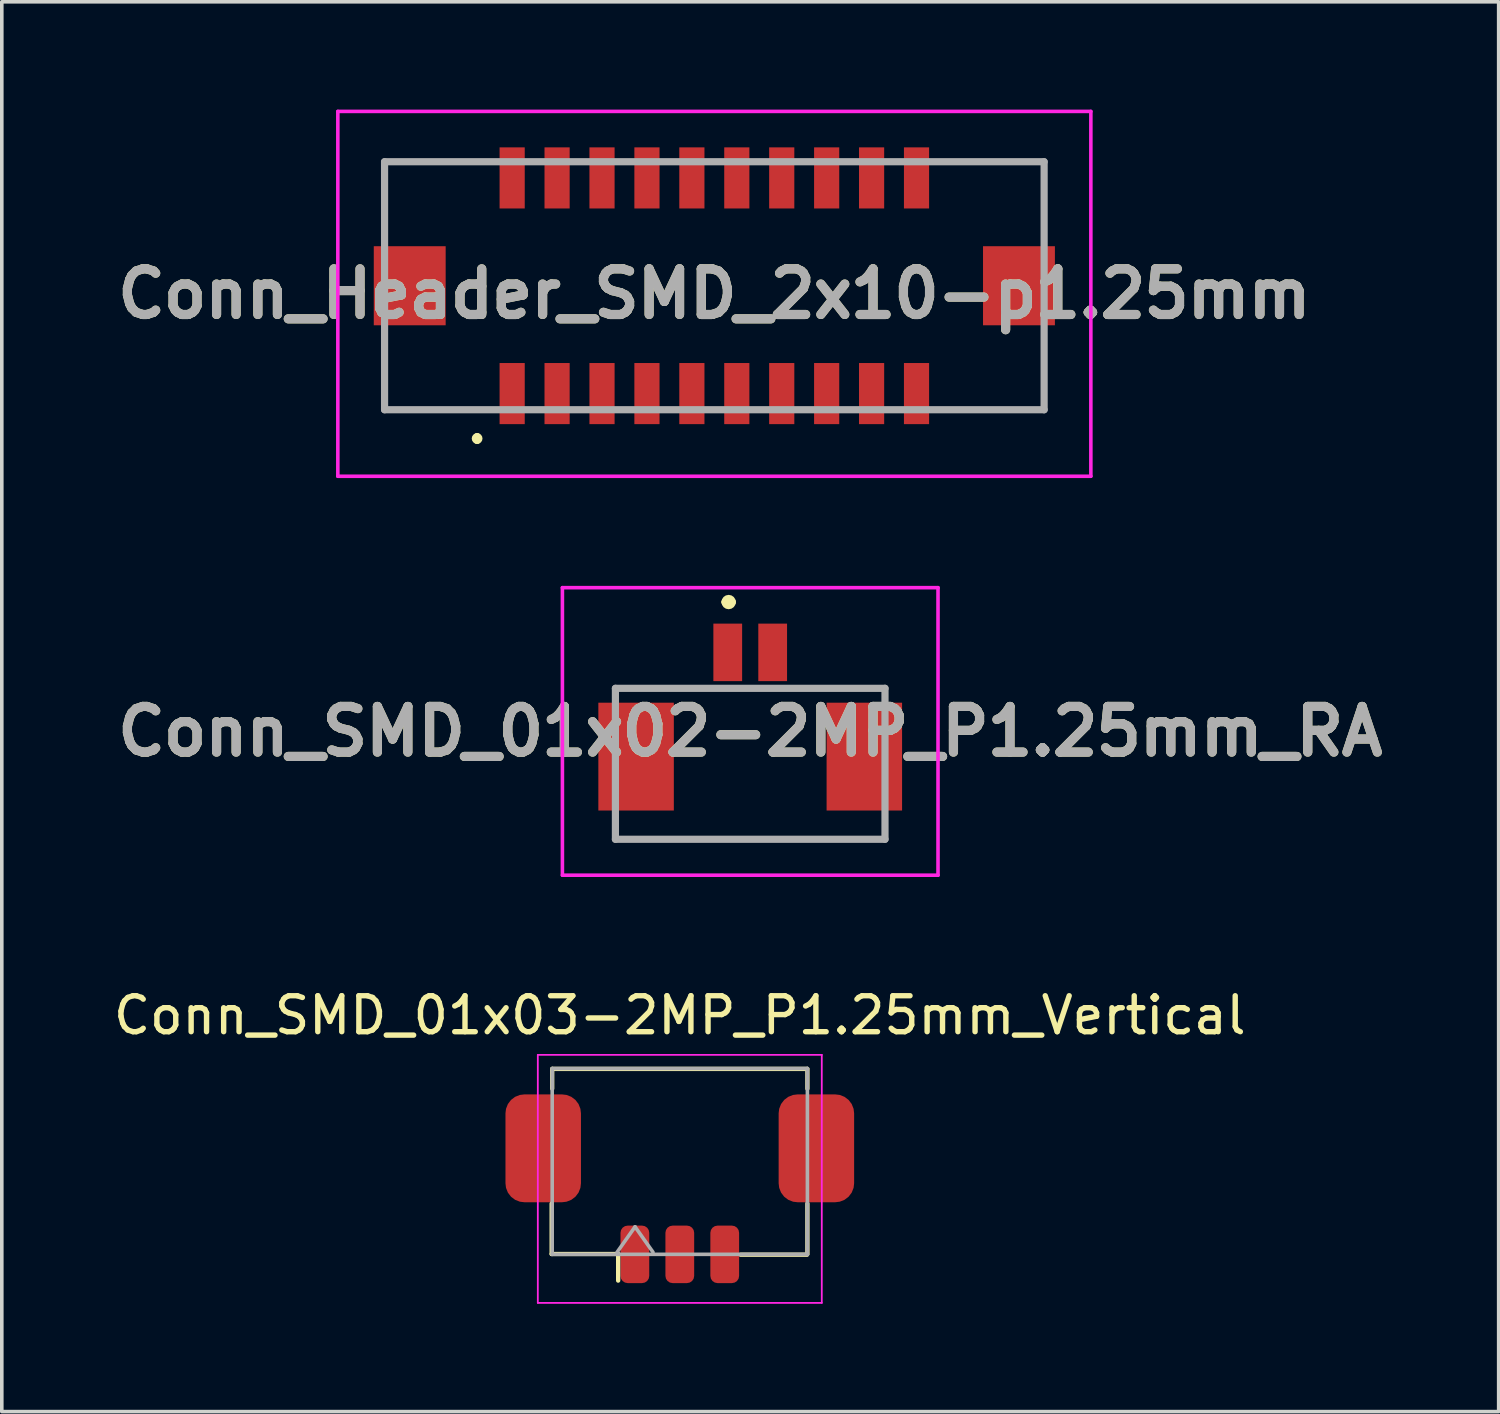
<source format=kicad_pcb>
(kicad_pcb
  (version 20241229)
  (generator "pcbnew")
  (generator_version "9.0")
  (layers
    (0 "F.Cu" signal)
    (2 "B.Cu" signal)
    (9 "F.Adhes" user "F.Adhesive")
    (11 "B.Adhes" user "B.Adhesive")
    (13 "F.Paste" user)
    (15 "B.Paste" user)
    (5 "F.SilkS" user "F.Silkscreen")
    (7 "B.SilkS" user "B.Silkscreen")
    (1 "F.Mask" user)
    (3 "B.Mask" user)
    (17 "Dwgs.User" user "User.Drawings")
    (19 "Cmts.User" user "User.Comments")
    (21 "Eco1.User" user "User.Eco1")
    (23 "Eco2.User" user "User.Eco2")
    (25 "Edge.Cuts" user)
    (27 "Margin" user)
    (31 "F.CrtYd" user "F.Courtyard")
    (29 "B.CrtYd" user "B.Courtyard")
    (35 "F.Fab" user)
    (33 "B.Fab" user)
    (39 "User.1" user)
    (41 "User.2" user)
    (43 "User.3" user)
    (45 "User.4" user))
  (footprint "Conn_Header_SMD_2x10-p1.25mm"
    (layer "F.Cu")
    (at 16.824 4.9)
    (property "Reference" "Conn_Header_SMD_2x10-p1.25mm" (at 0 0.225 0) (layer "F.SilkS") (effects (font (size 1.27 1.27) (thickness 0.254))))
    (attr smd)
    (fp_line (start -9.175 -3.45) (end -9.175 -1.5) (stroke (width 0.1) (type solid)) (layer "F.SilkS"))
    (fp_line (start -9.175 1.5) (end -9.175 3.45) (stroke (width 0.1) (type solid)) (layer "F.SilkS"))
    (fp_line (start -9.175 3.45) (end -6.3 3.45) (stroke (width 0.1) (type solid)) (layer "F.SilkS"))
    (fp_line (start -6.6 4.2) (end -6.6 4.2) (stroke (width 0.2) (type solid)) (layer "F.SilkS"))
    (fp_line (start -6.6 4.3) (end -6.6 4.3) (stroke (width 0.2) (type solid)) (layer "F.SilkS"))
    (fp_line (start -6.3 -3.45) (end -9.175 -3.45) (stroke (width 0.1) (type solid)) (layer "F.SilkS"))
    (fp_line (start 6.3 -3.45) (end 9.175 -3.45) (stroke (width 0.1) (type solid)) (layer "F.SilkS"))
    (fp_line (start 6.3 3.45) (end 9.175 3.45) (stroke (width 0.1) (type solid)) (layer "F.SilkS"))
    (fp_line (start 9.175 -3.45) (end 9.175 -1.5) (stroke (width 0.1) (type solid)) (layer "F.SilkS"))
    (fp_line (start 9.175 3.45) (end 9.175 1.5) (stroke (width 0.1) (type solid)) (layer "F.SilkS"))
    (fp_arc (start -6.6 4.2) (mid -6.55 4.25) (end -6.6 4.3) (stroke (width 0.2) (type solid)) (layer "F.SilkS"))
    (fp_arc (start -6.6 4.3) (mid -6.65 4.25) (end -6.6 4.2) (stroke (width 0.2) (type solid)) (layer "F.SilkS"))
    (fp_line (start -10.475 -4.85) (end 10.475 -4.85) (stroke (width 0.1) (type solid)) (layer "F.CrtYd"))
    (fp_line (start -10.475 5.3) (end -10.475 -4.85) (stroke (width 0.1) (type solid)) (layer "F.CrtYd"))
    (fp_line (start 10.475 -4.85) (end 10.475 5.3) (stroke (width 0.1) (type solid)) (layer "F.CrtYd"))
    (fp_line (start 10.475 5.3) (end -10.475 5.3) (stroke (width 0.1) (type solid)) (layer "F.CrtYd"))
    (fp_line (start -9.175 -3.45) (end 9.175 -3.45) (stroke (width 0.2) (type solid)) (layer "F.Fab"))
    (fp_line (start -9.175 3.45) (end -9.175 -3.45) (stroke (width 0.2) (type solid)) (layer "F.Fab"))
    (fp_line (start 9.175 -3.45) (end 9.175 3.45) (stroke (width 0.2) (type solid)) (layer "F.Fab"))
    (fp_line (start 9.175 3.45) (end -9.175 3.45) (stroke (width 0.2) (type solid)) (layer "F.Fab"))
    (fp_text user "${REFERENCE}" (at 0 0.225 0) (layer "F.Fab") (effects (font (size 1.27 1.27) (thickness 0.254))))
    (pad "1" smd rect (at -5.625 3) (size 0.7 1.7) (layers "F.Cu" "F.Mask" "F.Paste"))
    (pad "2" smd rect (at -5.625 -3) (size 0.7 1.7) (layers "F.Cu" "F.Mask" "F.Paste"))
    (pad "3" smd rect (at -4.375 3) (size 0.7 1.7) (layers "F.Cu" "F.Mask" "F.Paste"))
    (pad "4" smd rect (at -4.375 -3) (size 0.7 1.7) (layers "F.Cu" "F.Mask" "F.Paste"))
    (pad "5" smd rect (at -3.125 3) (size 0.7 1.7) (layers "F.Cu" "F.Mask" "F.Paste"))
    (pad "6" smd rect (at -3.125 -3) (size 0.7 1.7) (layers "F.Cu" "F.Mask" "F.Paste"))
    (pad "7" smd rect (at -1.875 3) (size 0.7 1.7) (layers "F.Cu" "F.Mask" "F.Paste"))
    (pad "8" smd rect (at -1.875 -3) (size 0.7 1.7) (layers "F.Cu" "F.Mask" "F.Paste"))
    (pad "9" smd rect (at -0.625 3) (size 0.7 1.7) (layers "F.Cu" "F.Mask" "F.Paste"))
    (pad "10" smd rect (at -0.625 -3) (size 0.7 1.7) (layers "F.Cu" "F.Mask" "F.Paste"))
    (pad "11" smd rect (at 0.625 3) (size 0.7 1.7) (layers "F.Cu" "F.Mask" "F.Paste"))
    (pad "12" smd rect (at 0.625 -3) (size 0.7 1.7) (layers "F.Cu" "F.Mask" "F.Paste"))
    (pad "13" smd rect (at 1.875 3) (size 0.7 1.7) (layers "F.Cu" "F.Mask" "F.Paste"))
    (pad "14" smd rect (at 1.875 -3) (size 0.7 1.7) (layers "F.Cu" "F.Mask" "F.Paste"))
    (pad "15" smd rect (at 3.125 3) (size 0.7 1.7) (layers "F.Cu" "F.Mask" "F.Paste"))
    (pad "16" smd rect (at 3.125 -3) (size 0.7 1.7) (layers "F.Cu" "F.Mask" "F.Paste"))
    (pad "17" smd rect (at 4.375 3) (size 0.7 1.7) (layers "F.Cu" "F.Mask" "F.Paste"))
    (pad "18" smd rect (at 4.375 -3) (size 0.7 1.7) (layers "F.Cu" "F.Mask" "F.Paste"))
    (pad "19" smd rect (at 5.625 3) (size 0.7 1.7) (layers "F.Cu" "F.Mask" "F.Paste"))
    (pad "20" smd rect (at 5.625 -3) (size 0.7 1.7) (layers "F.Cu" "F.Mask" "F.Paste"))
    (pad "MP" smd rect (at -8.475 0) (size 2 2.2) (layers "F.Cu" "F.Mask" "F.Paste"))
    (pad "MP" smd rect (at 8.475 0) (size 2 2.2) (layers "F.Cu" "F.Mask" "F.Paste")))
  (footprint "Conn_SMD_01x02-2MP_P1.25mm_RA"
    (layer "F.Cu")
    (at 17.822 17.7)
    (property "Reference" "Conn_SMD_01x02-2MP_P1.25mm_RA" (at 0 -0.4 0) (layer "F.SilkS") (effects (font (size 1.27 1.27) (thickness 0.254))))
    (attr smd)
    (fp_line (start -3.75 -1.6) (end 3.75 -1.6) (stroke (width 0.1) (type solid)) (layer "F.SilkS"))
    (fp_line (start -3.75 2.2) (end -3.75 2.6) (stroke (width 0.1) (type solid)) (layer "F.SilkS"))
    (fp_line (start -3.75 2.6) (end 3.75 2.6) (stroke (width 0.1) (type solid)) (layer "F.SilkS"))
    (fp_line (start -0.7 -4) (end -0.7 -4) (stroke (width 0.2) (type solid)) (layer "F.SilkS"))
    (fp_line (start -0.5 -4) (end -0.5 -4) (stroke (width 0.2) (type solid)) (layer "F.SilkS"))
    (fp_line (start 3.75 2.6) (end 3.75 2) (stroke (width 0.1) (type solid)) (layer "F.SilkS"))
    (fp_arc (start -0.7 -4) (mid -0.6 -4.1) (end -0.5 -4) (stroke (width 0.2) (type solid)) (layer "F.SilkS"))
    (fp_arc (start -0.5 -4) (mid -0.6 -3.9) (end -0.7 -4) (stroke (width 0.2) (type solid)) (layer "F.SilkS"))
    (fp_line (start -5.225 -4.4) (end 5.225 -4.4) (stroke (width 0.1) (type solid)) (layer "F.CrtYd"))
    (fp_line (start -5.225 3.6) (end -5.225 -4.4) (stroke (width 0.1) (type solid)) (layer "F.CrtYd"))
    (fp_line (start 5.225 -4.4) (end 5.225 3.6) (stroke (width 0.1) (type solid)) (layer "F.CrtYd"))
    (fp_line (start 5.225 3.6) (end -5.225 3.6) (stroke (width 0.1) (type solid)) (layer "F.CrtYd"))
    (fp_line (start -3.75 -1.6) (end 3.75 -1.6) (stroke (width 0.2) (type solid)) (layer "F.Fab"))
    (fp_line (start -3.75 2.6) (end -3.75 -1.6) (stroke (width 0.2) (type solid)) (layer "F.Fab"))
    (fp_line (start 3.75 -1.6) (end 3.75 2.6) (stroke (width 0.2) (type solid)) (layer "F.Fab"))
    (fp_line (start 3.75 2.6) (end -3.75 2.6) (stroke (width 0.2) (type solid)) (layer "F.Fab"))
    (fp_text user "${REFERENCE}" (at 0 -0.4 0) (layer "F.Fab") (effects (font (size 1.27 1.27) (thickness 0.254))))
    (pad "1" smd rect (at -0.625 -2.6) (size 0.8 1.6) (layers "F.Cu" "F.Mask" "F.Paste"))
    (pad "2" smd rect (at 0.625 -2.6) (size 0.8 1.6) (layers "F.Cu" "F.Mask" "F.Paste"))
    (pad "MP" smd rect (at -3.175 0.3) (size 2.1 3) (layers "F.Cu" "F.Mask" "F.Paste"))
    (pad "MP" smd rect (at 3.175 0.3) (size 2.1 3) (layers "F.Cu" "F.Mask" "F.Paste")))
  (footprint "Conn_SMD_01x03-2MP_P1.25mm_Vertical"
    (layer "F.Cu")
    (at 15.863 29.898)
    (property "Reference" "Conn_SMD_01x03-2MP_P1.25mm_Vertical" (at 0 -4.7 0) (layer "F.SilkS") (effects (font (size 1 1) (thickness 0.15))))
    (attr smd)
    (fp_line (start -3.565 0.54) (end -3.565 1.94) (stroke (width 0.12) (type solid)) (layer "F.SilkS"))
    (fp_line (start -3.565 1.94) (end -1.715 1.94) (stroke (width 0.12) (type solid)) (layer "F.SilkS"))
    (fp_line (start -3.55 -3.21) (end -3.55 -2.66) (stroke (width 0.12) (type solid)) (layer "F.SilkS"))
    (fp_line (start -1.715 1.94) (end -1.715 2.68) (stroke (width 0.12) (type solid)) (layer "F.SilkS"))
    (fp_line (start 3.54 -3.21) (end -3.54 -3.21) (stroke (width 0.12) (type solid)) (layer "F.SilkS"))
    (fp_line (start 3.54 1.96) (end 1.69 1.96) (stroke (width 0.12) (type solid)) (layer "F.SilkS"))
    (fp_line (start 3.55 -3.21) (end 3.55 -2.66) (stroke (width 0.12) (type solid)) (layer "F.SilkS"))
    (fp_line (start 3.55 0.54) (end 3.55 1.94) (stroke (width 0.12) (type solid)) (layer "F.SilkS"))
    (fp_line (start -3.95 -3.6) (end -3.95 3.3) (stroke (width 0.05) (type solid)) (layer "F.CrtYd"))
    (fp_line (start -3.95 3.3) (end 3.95 3.3) (stroke (width 0.05) (type solid)) (layer "F.CrtYd"))
    (fp_line (start 3.95 -3.6) (end -3.95 -3.6) (stroke (width 0.05) (type solid)) (layer "F.CrtYd"))
    (fp_line (start 3.95 3.3) (end 3.95 -3.6) (stroke (width 0.05) (type solid)) (layer "F.CrtYd"))
    (fp_line (start -3.55 -3.22) (end 3.55 -3.22) (stroke (width 0.1) (type solid)) (layer "F.Fab"))
    (fp_line (start -3.55 1.95) (end -3.55 -3.22) (stroke (width 0.1) (type solid)) (layer "F.Fab"))
    (fp_line (start -3.55 1.95) (end 3.55 1.95) (stroke (width 0.1) (type solid)) (layer "F.Fab"))
    (fp_line (start -1.745 1.89) (end -1.245 1.183) (stroke (width 0.1) (type solid)) (layer "F.Fab"))
    (fp_line (start -1.245 1.183) (end -0.745 1.89) (stroke (width 0.1) (type solid)) (layer "F.Fab"))
    (fp_line (start 3.55 1.95) (end 3.55 -3.22) (stroke (width 0.1) (type solid)) (layer "F.Fab"))
    (pad "1" smd roundrect (at 1.25 1.95) (size 0.8 1.6) (layers "F.Cu" "F.Mask" "F.Paste") (roundrect_rratio 0.25))
    (pad "2" smd roundrect (at 0 1.95) (size 0.8 1.6) (layers "F.Cu" "F.Mask" "F.Paste") (roundrect_rratio 0.25))
    (pad "3" smd roundrect (at -1.25 1.95) (size 0.8 1.6) (layers "F.Cu" "F.Mask" "F.Paste") (roundrect_rratio 0.25))
    (pad "MP" smd roundrect (at -3.8 -1) (size 2.1 3) (layers "F.Cu" "F.Mask" "F.Paste") (roundrect_rratio 0.25))
    (pad "MP" smd roundrect (at 3.8 -1) (size 2.1 3) (layers "F.Cu" "F.Mask" "F.Paste") (roundrect_rratio 0.25)))
  (gr_rect
    (start -3 -3)
    (end 38.645 36.223)
    (stroke (width 0.1) (type default))
    (fill no)
    (layer "Edge.Cuts")))
</source>
